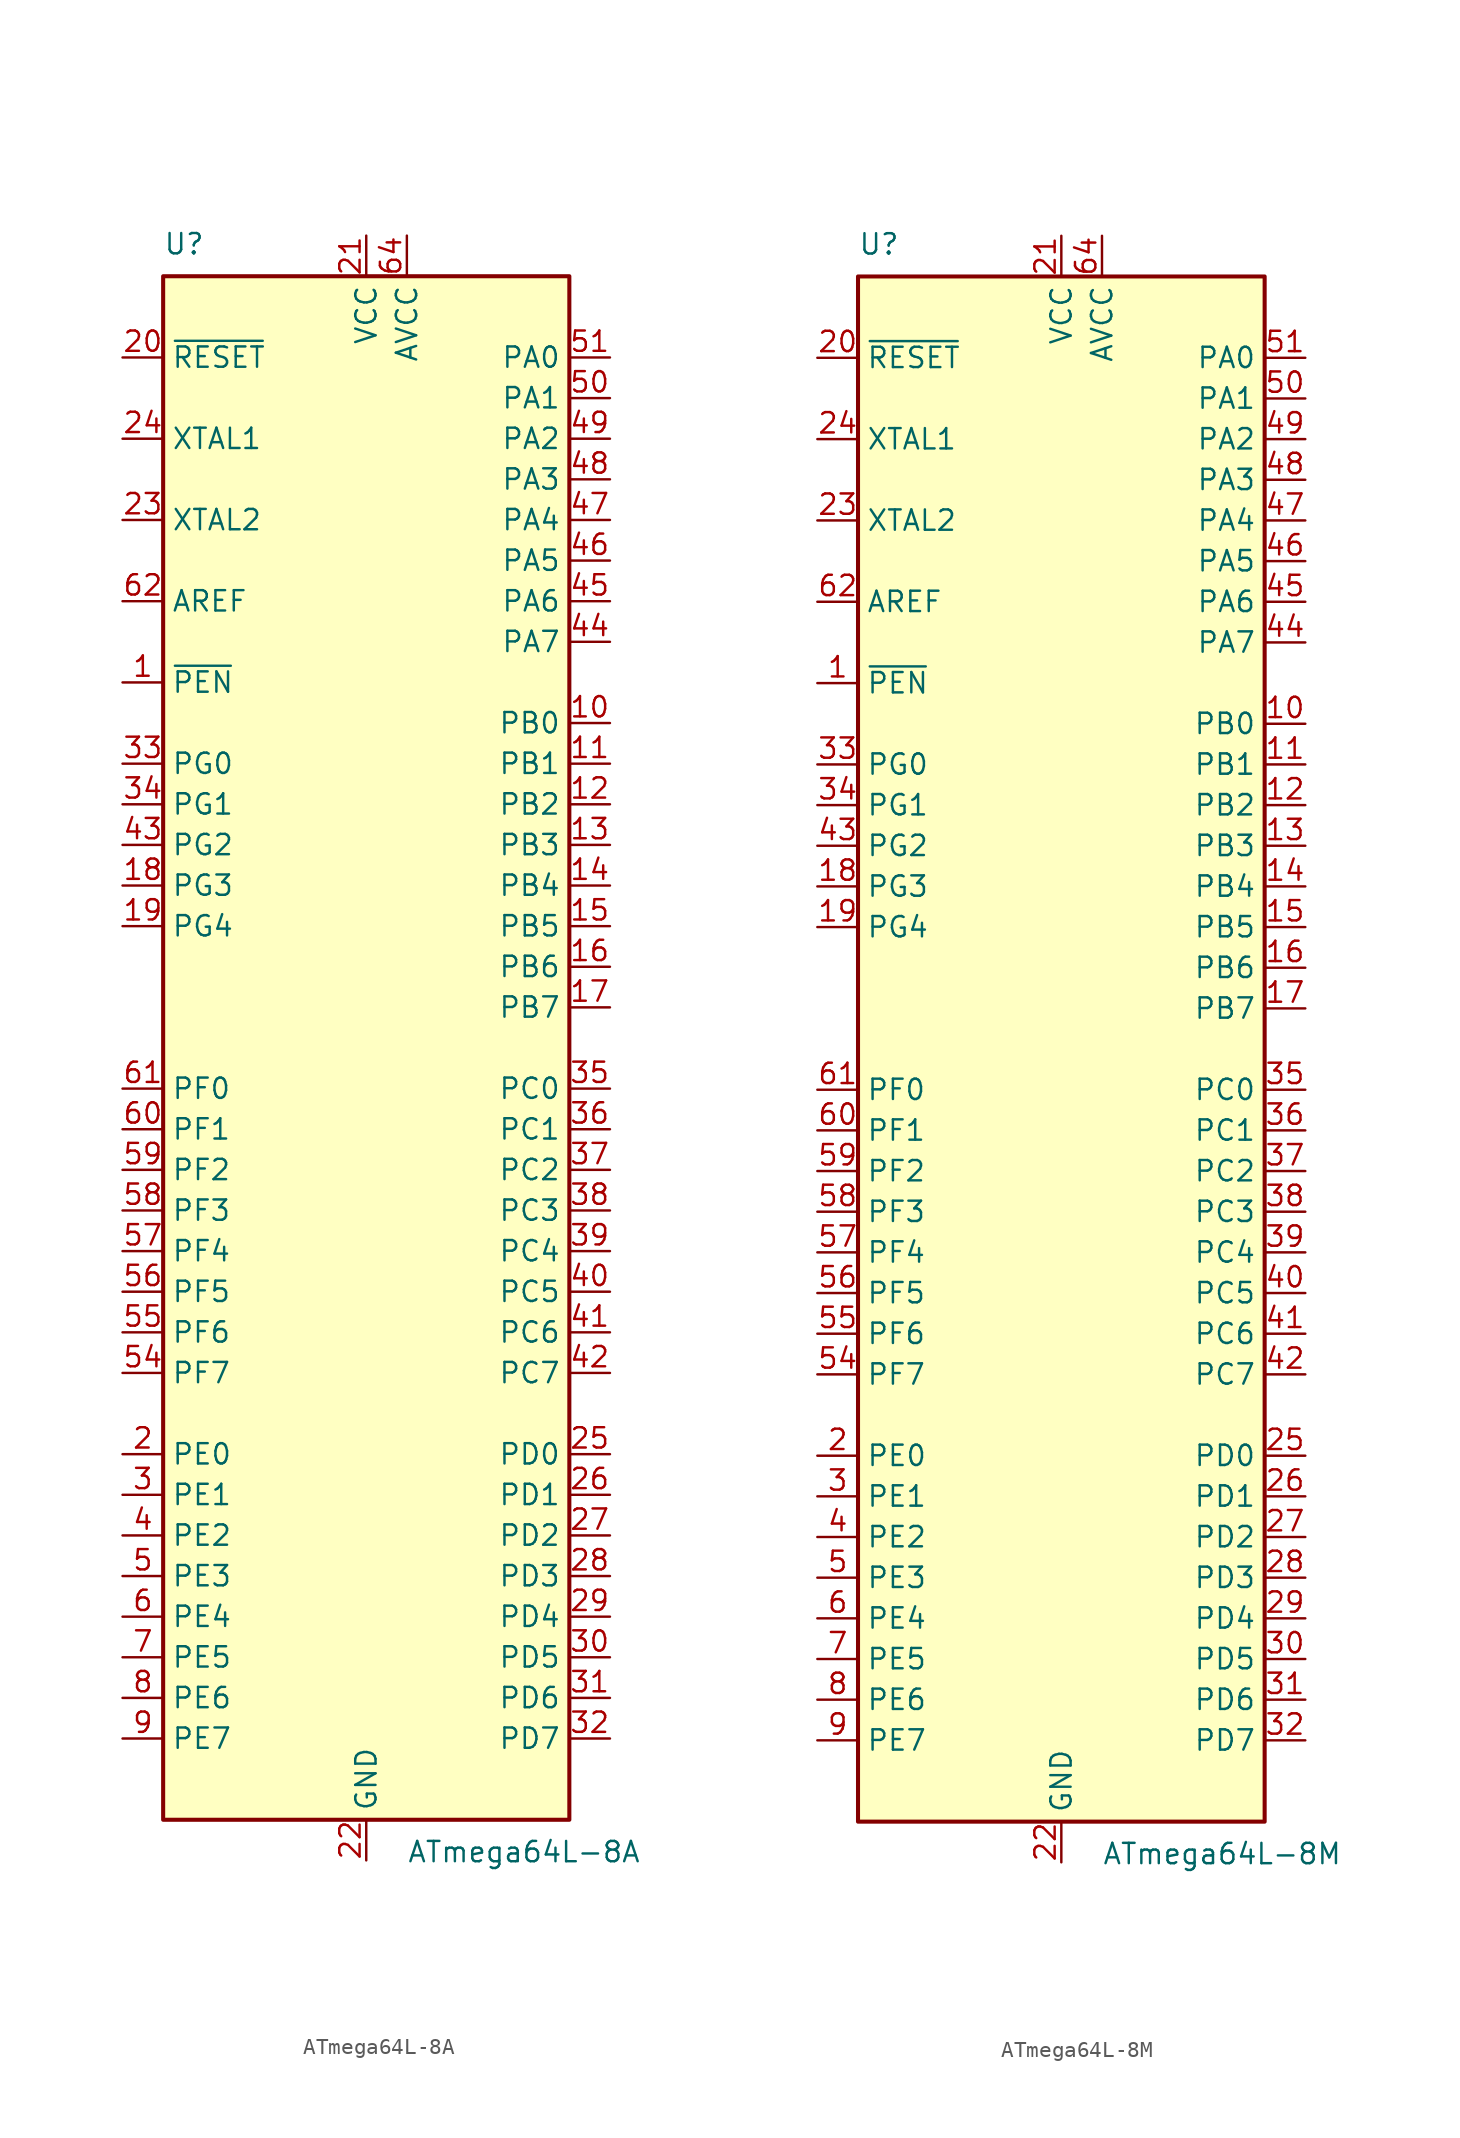
<source format=kicad_sym>
(kicad_symbol_lib
  (version 20201005)
  (generator kicad_symbol_editor)
  (symbol "MCU_Microchip_ATmega:ATmega64L-8A"
    (property "Reference" "U"
      (at -12.7 49.53 0)
      (effects (font (size 1.27 1.27)) (justify left bottom)))
    (property "Value" "ATmega64L-8A"
      (at 2.54 -49.53 0)
      (effects (font (size 1.27 1.27)) (justify left top)))
    (symbol "ATmega64L-8A_0_1"
      (rectangle (start -12.7 -48.26) (end 12.7 48.26) (stroke (width 0.254)) (fill (type background))))
    (symbol "ATmega64L-8A_1_1"
      (pin input line (at -15.24 22.86 0) (length 2.54) (name "~PEN" (effects (font (size 1.27 1.27)))) (number "1" (effects (font (size 1.27 1.27)))))
      (pin bidirectional line (at 15.24 20.32 180) (length 2.54) (name "PB0" (effects (font (size 1.27 1.27)))) (number "10" (effects (font (size 1.27 1.27)))))
      (pin bidirectional line (at 15.24 17.78 180) (length 2.54) (name "PB1" (effects (font (size 1.27 1.27)))) (number "11" (effects (font (size 1.27 1.27)))))
      (pin bidirectional line (at 15.24 15.24 180) (length 2.54) (name "PB2" (effects (font (size 1.27 1.27)))) (number "12" (effects (font (size 1.27 1.27)))))
      (pin bidirectional line (at 15.24 12.7 180) (length 2.54) (name "PB3" (effects (font (size 1.27 1.27)))) (number "13" (effects (font (size 1.27 1.27)))))
      (pin bidirectional line (at 15.24 10.16 180) (length 2.54) (name "PB4" (effects (font (size 1.27 1.27)))) (number "14" (effects (font (size 1.27 1.27)))))
      (pin bidirectional line (at 15.24 7.62 180) (length 2.54) (name "PB5" (effects (font (size 1.27 1.27)))) (number "15" (effects (font (size 1.27 1.27)))))
      (pin bidirectional line (at 15.24 5.08 180) (length 2.54) (name "PB6" (effects (font (size 1.27 1.27)))) (number "16" (effects (font (size 1.27 1.27)))))
      (pin bidirectional line (at 15.24 2.54 180) (length 2.54) (name "PB7" (effects (font (size 1.27 1.27)))) (number "17" (effects (font (size 1.27 1.27)))))
      (pin bidirectional line (at -15.24 10.16 0) (length 2.54) (name "PG3" (effects (font (size 1.27 1.27)))) (number "18" (effects (font (size 1.27 1.27)))))
      (pin bidirectional line (at -15.24 7.62 0) (length 2.54) (name "PG4" (effects (font (size 1.27 1.27)))) (number "19" (effects (font (size 1.27 1.27)))))
      (pin bidirectional line (at -15.24 -25.4 0) (length 2.54) (name "PE0" (effects (font (size 1.27 1.27)))) (number "2" (effects (font (size 1.27 1.27)))))
      (pin input line (at -15.24 43.18 0) (length 2.54) (name "~RESET" (effects (font (size 1.27 1.27)))) (number "20" (effects (font (size 1.27 1.27)))))
      (pin power_in line (at 0 50.8 270) (length 2.54) (name "VCC" (effects (font (size 1.27 1.27)))) (number "21" (effects (font (size 1.27 1.27)))))
      (pin power_in line (at 0 -50.8 90) (length 2.54) (name "GND" (effects (font (size 1.27 1.27)))) (number "22" (effects (font (size 1.27 1.27)))))
      (pin output line (at -15.24 33.02 0) (length 2.54) (name "XTAL2" (effects (font (size 1.27 1.27)))) (number "23" (effects (font (size 1.27 1.27)))))
      (pin input line (at -15.24 38.1 0) (length 2.54) (name "XTAL1" (effects (font (size 1.27 1.27)))) (number "24" (effects (font (size 1.27 1.27)))))
      (pin bidirectional line (at 15.24 -25.4 180) (length 2.54) (name "PD0" (effects (font (size 1.27 1.27)))) (number "25" (effects (font (size 1.27 1.27)))))
      (pin bidirectional line (at 15.24 -27.94 180) (length 2.54) (name "PD1" (effects (font (size 1.27 1.27)))) (number "26" (effects (font (size 1.27 1.27)))))
      (pin bidirectional line (at 15.24 -30.48 180) (length 2.54) (name "PD2" (effects (font (size 1.27 1.27)))) (number "27" (effects (font (size 1.27 1.27)))))
      (pin bidirectional line (at 15.24 -33.02 180) (length 2.54) (name "PD3" (effects (font (size 1.27 1.27)))) (number "28" (effects (font (size 1.27 1.27)))))
      (pin bidirectional line (at 15.24 -35.56 180) (length 2.54) (name "PD4" (effects (font (size 1.27 1.27)))) (number "29" (effects (font (size 1.27 1.27)))))
      (pin bidirectional line (at -15.24 -27.94 0) (length 2.54) (name "PE1" (effects (font (size 1.27 1.27)))) (number "3" (effects (font (size 1.27 1.27)))))
      (pin bidirectional line (at 15.24 -38.1 180) (length 2.54) (name "PD5" (effects (font (size 1.27 1.27)))) (number "30" (effects (font (size 1.27 1.27)))))
      (pin bidirectional line (at 15.24 -40.64 180) (length 2.54) (name "PD6" (effects (font (size 1.27 1.27)))) (number "31" (effects (font (size 1.27 1.27)))))
      (pin bidirectional line (at 15.24 -43.18 180) (length 2.54) (name "PD7" (effects (font (size 1.27 1.27)))) (number "32" (effects (font (size 1.27 1.27)))))
      (pin bidirectional line (at -15.24 17.78 0) (length 2.54) (name "PG0" (effects (font (size 1.27 1.27)))) (number "33" (effects (font (size 1.27 1.27)))))
      (pin bidirectional line (at -15.24 15.24 0) (length 2.54) (name "PG1" (effects (font (size 1.27 1.27)))) (number "34" (effects (font (size 1.27 1.27)))))
      (pin bidirectional line (at 15.24 -2.54 180) (length 2.54) (name "PC0" (effects (font (size 1.27 1.27)))) (number "35" (effects (font (size 1.27 1.27)))))
      (pin bidirectional line (at 15.24 -5.08 180) (length 2.54) (name "PC1" (effects (font (size 1.27 1.27)))) (number "36" (effects (font (size 1.27 1.27)))))
      (pin bidirectional line (at 15.24 -7.62 180) (length 2.54) (name "PC2" (effects (font (size 1.27 1.27)))) (number "37" (effects (font (size 1.27 1.27)))))
      (pin bidirectional line (at 15.24 -10.16 180) (length 2.54) (name "PC3" (effects (font (size 1.27 1.27)))) (number "38" (effects (font (size 1.27 1.27)))))
      (pin bidirectional line (at 15.24 -12.7 180) (length 2.54) (name "PC4" (effects (font (size 1.27 1.27)))) (number "39" (effects (font (size 1.27 1.27)))))
      (pin bidirectional line (at -15.24 -30.48 0) (length 2.54) (name "PE2" (effects (font (size 1.27 1.27)))) (number "4" (effects (font (size 1.27 1.27)))))
      (pin bidirectional line (at 15.24 -15.24 180) (length 2.54) (name "PC5" (effects (font (size 1.27 1.27)))) (number "40" (effects (font (size 1.27 1.27)))))
      (pin bidirectional line (at 15.24 -17.78 180) (length 2.54) (name "PC6" (effects (font (size 1.27 1.27)))) (number "41" (effects (font (size 1.27 1.27)))))
      (pin bidirectional line (at 15.24 -20.32 180) (length 2.54) (name "PC7" (effects (font (size 1.27 1.27)))) (number "42" (effects (font (size 1.27 1.27)))))
      (pin bidirectional line (at -15.24 12.7 0) (length 2.54) (name "PG2" (effects (font (size 1.27 1.27)))) (number "43" (effects (font (size 1.27 1.27)))))
      (pin bidirectional line (at 15.24 25.4 180) (length 2.54) (name "PA7" (effects (font (size 1.27 1.27)))) (number "44" (effects (font (size 1.27 1.27)))))
      (pin bidirectional line (at 15.24 27.94 180) (length 2.54) (name "PA6" (effects (font (size 1.27 1.27)))) (number "45" (effects (font (size 1.27 1.27)))))
      (pin bidirectional line (at 15.24 30.48 180) (length 2.54) (name "PA5" (effects (font (size 1.27 1.27)))) (number "46" (effects (font (size 1.27 1.27)))))
      (pin bidirectional line (at 15.24 33.02 180) (length 2.54) (name "PA4" (effects (font (size 1.27 1.27)))) (number "47" (effects (font (size 1.27 1.27)))))
      (pin bidirectional line (at 15.24 35.56 180) (length 2.54) (name "PA3" (effects (font (size 1.27 1.27)))) (number "48" (effects (font (size 1.27 1.27)))))
      (pin bidirectional line (at 15.24 38.1 180) (length 2.54) (name "PA2" (effects (font (size 1.27 1.27)))) (number "49" (effects (font (size 1.27 1.27)))))
      (pin bidirectional line (at -15.24 -33.02 0) (length 2.54) (name "PE3" (effects (font (size 1.27 1.27)))) (number "5" (effects (font (size 1.27 1.27)))))
      (pin bidirectional line (at 15.24 40.64 180) (length 2.54) (name "PA1" (effects (font (size 1.27 1.27)))) (number "50" (effects (font (size 1.27 1.27)))))
      (pin bidirectional line (at 15.24 43.18 180) (length 2.54) (name "PA0" (effects (font (size 1.27 1.27)))) (number "51" (effects (font (size 1.27 1.27)))))
      (pin passive line (at 0 50.8 270) (length 2.54) hide (name "VCC" (effects (font (size 1.27 1.27)))) (number "52" (effects (font (size 1.27 1.27)))))
      (pin passive line (at 0 -50.8 90) (length 2.54) hide (name "GND" (effects (font (size 1.27 1.27)))) (number "53" (effects (font (size 1.27 1.27)))))
      (pin bidirectional line (at -15.24 -20.32 0) (length 2.54) (name "PF7" (effects (font (size 1.27 1.27)))) (number "54" (effects (font (size 1.27 1.27)))))
      (pin bidirectional line (at -15.24 -17.78 0) (length 2.54) (name "PF6" (effects (font (size 1.27 1.27)))) (number "55" (effects (font (size 1.27 1.27)))))
      (pin bidirectional line (at -15.24 -15.24 0) (length 2.54) (name "PF5" (effects (font (size 1.27 1.27)))) (number "56" (effects (font (size 1.27 1.27)))))
      (pin bidirectional line (at -15.24 -12.7 0) (length 2.54) (name "PF4" (effects (font (size 1.27 1.27)))) (number "57" (effects (font (size 1.27 1.27)))))
      (pin bidirectional line (at -15.24 -10.16 0) (length 2.54) (name "PF3" (effects (font (size 1.27 1.27)))) (number "58" (effects (font (size 1.27 1.27)))))
      (pin bidirectional line (at -15.24 -7.62 0) (length 2.54) (name "PF2" (effects (font (size 1.27 1.27)))) (number "59" (effects (font (size 1.27 1.27)))))
      (pin bidirectional line (at -15.24 -35.56 0) (length 2.54) (name "PE4" (effects (font (size 1.27 1.27)))) (number "6" (effects (font (size 1.27 1.27)))))
      (pin bidirectional line (at -15.24 -5.08 0) (length 2.54) (name "PF1" (effects (font (size 1.27 1.27)))) (number "60" (effects (font (size 1.27 1.27)))))
      (pin bidirectional line (at -15.24 -2.54 0) (length 2.54) (name "PF0" (effects (font (size 1.27 1.27)))) (number "61" (effects (font (size 1.27 1.27)))))
      (pin passive line (at -15.24 27.94 0) (length 2.54) (name "AREF" (effects (font (size 1.27 1.27)))) (number "62" (effects (font (size 1.27 1.27)))))
      (pin passive line (at 0 -50.8 90) (length 2.54) hide (name "GND" (effects (font (size 1.27 1.27)))) (number "63" (effects (font (size 1.27 1.27)))))
      (pin power_in line (at 2.54 50.8 270) (length 2.54) (name "AVCC" (effects (font (size 1.27 1.27)))) (number "64" (effects (font (size 1.27 1.27)))))
      (pin bidirectional line (at -15.24 -38.1 0) (length 2.54) (name "PE5" (effects (font (size 1.27 1.27)))) (number "7" (effects (font (size 1.27 1.27)))))
      (pin bidirectional line (at -15.24 -40.64 0) (length 2.54) (name "PE6" (effects (font (size 1.27 1.27)))) (number "8" (effects (font (size 1.27 1.27)))))
      (pin bidirectional line (at -15.24 -43.18 0) (length 2.54) (name "PE7" (effects (font (size 1.27 1.27)))) (number "9" (effects (font (size 1.27 1.27)))))))
  (symbol "MCU_Microchip_ATmega:ATmega64L-8M"
    (property "Reference" "U"
      (at -12.7 49.53 0)
      (effects (font (size 1.27 1.27)) (justify left bottom)))
    (property "Value" "ATmega64L-8M"
      (at 2.54 -49.53 0)
      (effects (font (size 1.27 1.27)) (justify left top)))
    (symbol "ATmega64L-8M_0_1"
      (rectangle (start -12.7 -48.26) (end 12.7 48.26) (stroke (width 0.254)) (fill (type background))))
    (symbol "ATmega64L-8M_1_1"
      (pin input line (at -15.24 22.86 0) (length 2.54) (name "~PEN" (effects (font (size 1.27 1.27)))) (number "1" (effects (font (size 1.27 1.27)))))
      (pin bidirectional line (at 15.24 20.32 180) (length 2.54) (name "PB0" (effects (font (size 1.27 1.27)))) (number "10" (effects (font (size 1.27 1.27)))))
      (pin bidirectional line (at 15.24 17.78 180) (length 2.54) (name "PB1" (effects (font (size 1.27 1.27)))) (number "11" (effects (font (size 1.27 1.27)))))
      (pin bidirectional line (at 15.24 15.24 180) (length 2.54) (name "PB2" (effects (font (size 1.27 1.27)))) (number "12" (effects (font (size 1.27 1.27)))))
      (pin bidirectional line (at 15.24 12.7 180) (length 2.54) (name "PB3" (effects (font (size 1.27 1.27)))) (number "13" (effects (font (size 1.27 1.27)))))
      (pin bidirectional line (at 15.24 10.16 180) (length 2.54) (name "PB4" (effects (font (size 1.27 1.27)))) (number "14" (effects (font (size 1.27 1.27)))))
      (pin bidirectional line (at 15.24 7.62 180) (length 2.54) (name "PB5" (effects (font (size 1.27 1.27)))) (number "15" (effects (font (size 1.27 1.27)))))
      (pin bidirectional line (at 15.24 5.08 180) (length 2.54) (name "PB6" (effects (font (size 1.27 1.27)))) (number "16" (effects (font (size 1.27 1.27)))))
      (pin bidirectional line (at 15.24 2.54 180) (length 2.54) (name "PB7" (effects (font (size 1.27 1.27)))) (number "17" (effects (font (size 1.27 1.27)))))
      (pin bidirectional line (at -15.24 10.16 0) (length 2.54) (name "PG3" (effects (font (size 1.27 1.27)))) (number "18" (effects (font (size 1.27 1.27)))))
      (pin bidirectional line (at -15.24 7.62 0) (length 2.54) (name "PG4" (effects (font (size 1.27 1.27)))) (number "19" (effects (font (size 1.27 1.27)))))
      (pin bidirectional line (at -15.24 -25.4 0) (length 2.54) (name "PE0" (effects (font (size 1.27 1.27)))) (number "2" (effects (font (size 1.27 1.27)))))
      (pin input line (at -15.24 43.18 0) (length 2.54) (name "~RESET" (effects (font (size 1.27 1.27)))) (number "20" (effects (font (size 1.27 1.27)))))
      (pin power_in line (at 0 50.8 270) (length 2.54) (name "VCC" (effects (font (size 1.27 1.27)))) (number "21" (effects (font (size 1.27 1.27)))))
      (pin power_in line (at 0 -50.8 90) (length 2.54) (name "GND" (effects (font (size 1.27 1.27)))) (number "22" (effects (font (size 1.27 1.27)))))
      (pin output line (at -15.24 33.02 0) (length 2.54) (name "XTAL2" (effects (font (size 1.27 1.27)))) (number "23" (effects (font (size 1.27 1.27)))))
      (pin input line (at -15.24 38.1 0) (length 2.54) (name "XTAL1" (effects (font (size 1.27 1.27)))) (number "24" (effects (font (size 1.27 1.27)))))
      (pin bidirectional line (at 15.24 -25.4 180) (length 2.54) (name "PD0" (effects (font (size 1.27 1.27)))) (number "25" (effects (font (size 1.27 1.27)))))
      (pin bidirectional line (at 15.24 -27.94 180) (length 2.54) (name "PD1" (effects (font (size 1.27 1.27)))) (number "26" (effects (font (size 1.27 1.27)))))
      (pin bidirectional line (at 15.24 -30.48 180) (length 2.54) (name "PD2" (effects (font (size 1.27 1.27)))) (number "27" (effects (font (size 1.27 1.27)))))
      (pin bidirectional line (at 15.24 -33.02 180) (length 2.54) (name "PD3" (effects (font (size 1.27 1.27)))) (number "28" (effects (font (size 1.27 1.27)))))
      (pin bidirectional line (at 15.24 -35.56 180) (length 2.54) (name "PD4" (effects (font (size 1.27 1.27)))) (number "29" (effects (font (size 1.27 1.27)))))
      (pin bidirectional line (at -15.24 -27.94 0) (length 2.54) (name "PE1" (effects (font (size 1.27 1.27)))) (number "3" (effects (font (size 1.27 1.27)))))
      (pin bidirectional line (at 15.24 -38.1 180) (length 2.54) (name "PD5" (effects (font (size 1.27 1.27)))) (number "30" (effects (font (size 1.27 1.27)))))
      (pin bidirectional line (at 15.24 -40.64 180) (length 2.54) (name "PD6" (effects (font (size 1.27 1.27)))) (number "31" (effects (font (size 1.27 1.27)))))
      (pin bidirectional line (at 15.24 -43.18 180) (length 2.54) (name "PD7" (effects (font (size 1.27 1.27)))) (number "32" (effects (font (size 1.27 1.27)))))
      (pin bidirectional line (at -15.24 17.78 0) (length 2.54) (name "PG0" (effects (font (size 1.27 1.27)))) (number "33" (effects (font (size 1.27 1.27)))))
      (pin bidirectional line (at -15.24 15.24 0) (length 2.54) (name "PG1" (effects (font (size 1.27 1.27)))) (number "34" (effects (font (size 1.27 1.27)))))
      (pin bidirectional line (at 15.24 -2.54 180) (length 2.54) (name "PC0" (effects (font (size 1.27 1.27)))) (number "35" (effects (font (size 1.27 1.27)))))
      (pin bidirectional line (at 15.24 -5.08 180) (length 2.54) (name "PC1" (effects (font (size 1.27 1.27)))) (number "36" (effects (font (size 1.27 1.27)))))
      (pin bidirectional line (at 15.24 -7.62 180) (length 2.54) (name "PC2" (effects (font (size 1.27 1.27)))) (number "37" (effects (font (size 1.27 1.27)))))
      (pin bidirectional line (at 15.24 -10.16 180) (length 2.54) (name "PC3" (effects (font (size 1.27 1.27)))) (number "38" (effects (font (size 1.27 1.27)))))
      (pin bidirectional line (at 15.24 -12.7 180) (length 2.54) (name "PC4" (effects (font (size 1.27 1.27)))) (number "39" (effects (font (size 1.27 1.27)))))
      (pin bidirectional line (at -15.24 -30.48 0) (length 2.54) (name "PE2" (effects (font (size 1.27 1.27)))) (number "4" (effects (font (size 1.27 1.27)))))
      (pin bidirectional line (at 15.24 -15.24 180) (length 2.54) (name "PC5" (effects (font (size 1.27 1.27)))) (number "40" (effects (font (size 1.27 1.27)))))
      (pin bidirectional line (at 15.24 -17.78 180) (length 2.54) (name "PC6" (effects (font (size 1.27 1.27)))) (number "41" (effects (font (size 1.27 1.27)))))
      (pin bidirectional line (at 15.24 -20.32 180) (length 2.54) (name "PC7" (effects (font (size 1.27 1.27)))) (number "42" (effects (font (size 1.27 1.27)))))
      (pin bidirectional line (at -15.24 12.7 0) (length 2.54) (name "PG2" (effects (font (size 1.27 1.27)))) (number "43" (effects (font (size 1.27 1.27)))))
      (pin bidirectional line (at 15.24 25.4 180) (length 2.54) (name "PA7" (effects (font (size 1.27 1.27)))) (number "44" (effects (font (size 1.27 1.27)))))
      (pin bidirectional line (at 15.24 27.94 180) (length 2.54) (name "PA6" (effects (font (size 1.27 1.27)))) (number "45" (effects (font (size 1.27 1.27)))))
      (pin bidirectional line (at 15.24 30.48 180) (length 2.54) (name "PA5" (effects (font (size 1.27 1.27)))) (number "46" (effects (font (size 1.27 1.27)))))
      (pin bidirectional line (at 15.24 33.02 180) (length 2.54) (name "PA4" (effects (font (size 1.27 1.27)))) (number "47" (effects (font (size 1.27 1.27)))))
      (pin bidirectional line (at 15.24 35.56 180) (length 2.54) (name "PA3" (effects (font (size 1.27 1.27)))) (number "48" (effects (font (size 1.27 1.27)))))
      (pin bidirectional line (at 15.24 38.1 180) (length 2.54) (name "PA2" (effects (font (size 1.27 1.27)))) (number "49" (effects (font (size 1.27 1.27)))))
      (pin bidirectional line (at -15.24 -33.02 0) (length 2.54) (name "PE3" (effects (font (size 1.27 1.27)))) (number "5" (effects (font (size 1.27 1.27)))))
      (pin bidirectional line (at 15.24 40.64 180) (length 2.54) (name "PA1" (effects (font (size 1.27 1.27)))) (number "50" (effects (font (size 1.27 1.27)))))
      (pin bidirectional line (at 15.24 43.18 180) (length 2.54) (name "PA0" (effects (font (size 1.27 1.27)))) (number "51" (effects (font (size 1.27 1.27)))))
      (pin passive line (at 0 50.8 270) (length 2.54) hide (name "VCC" (effects (font (size 1.27 1.27)))) (number "52" (effects (font (size 1.27 1.27)))))
      (pin passive line (at 0 -50.8 90) (length 2.54) hide (name "GND" (effects (font (size 1.27 1.27)))) (number "53" (effects (font (size 1.27 1.27)))))
      (pin bidirectional line (at -15.24 -20.32 0) (length 2.54) (name "PF7" (effects (font (size 1.27 1.27)))) (number "54" (effects (font (size 1.27 1.27)))))
      (pin bidirectional line (at -15.24 -17.78 0) (length 2.54) (name "PF6" (effects (font (size 1.27 1.27)))) (number "55" (effects (font (size 1.27 1.27)))))
      (pin bidirectional line (at -15.24 -15.24 0) (length 2.54) (name "PF5" (effects (font (size 1.27 1.27)))) (number "56" (effects (font (size 1.27 1.27)))))
      (pin bidirectional line (at -15.24 -12.7 0) (length 2.54) (name "PF4" (effects (font (size 1.27 1.27)))) (number "57" (effects (font (size 1.27 1.27)))))
      (pin bidirectional line (at -15.24 -10.16 0) (length 2.54) (name "PF3" (effects (font (size 1.27 1.27)))) (number "58" (effects (font (size 1.27 1.27)))))
      (pin bidirectional line (at -15.24 -7.62 0) (length 2.54) (name "PF2" (effects (font (size 1.27 1.27)))) (number "59" (effects (font (size 1.27 1.27)))))
      (pin bidirectional line (at -15.24 -35.56 0) (length 2.54) (name "PE4" (effects (font (size 1.27 1.27)))) (number "6" (effects (font (size 1.27 1.27)))))
      (pin bidirectional line (at -15.24 -5.08 0) (length 2.54) (name "PF1" (effects (font (size 1.27 1.27)))) (number "60" (effects (font (size 1.27 1.27)))))
      (pin bidirectional line (at -15.24 -2.54 0) (length 2.54) (name "PF0" (effects (font (size 1.27 1.27)))) (number "61" (effects (font (size 1.27 1.27)))))
      (pin passive line (at -15.24 27.94 0) (length 2.54) (name "AREF" (effects (font (size 1.27 1.27)))) (number "62" (effects (font (size 1.27 1.27)))))
      (pin passive line (at 0 -50.8 90) (length 2.54) hide (name "GND" (effects (font (size 1.27 1.27)))) (number "63" (effects (font (size 1.27 1.27)))))
      (pin power_in line (at 2.54 50.8 270) (length 2.54) (name "AVCC" (effects (font (size 1.27 1.27)))) (number "64" (effects (font (size 1.27 1.27)))))
      (pin passive line (at 0 -50.8 90) (length 2.54) hide (name "GND" (effects (font (size 1.27 1.27)))) (number "65" (effects (font (size 1.27 1.27)))))
      (pin bidirectional line (at -15.24 -38.1 0) (length 2.54) (name "PE5" (effects (font (size 1.27 1.27)))) (number "7" (effects (font (size 1.27 1.27)))))
      (pin bidirectional line (at -15.24 -40.64 0) (length 2.54) (name "PE6" (effects (font (size 1.27 1.27)))) (number "8" (effects (font (size 1.27 1.27)))))
      (pin bidirectional line (at -15.24 -43.18 0) (length 2.54) (name "PE7" (effects (font (size 1.27 1.27)))) (number "9" (effects (font (size 1.27 1.27))))))))
</source>
